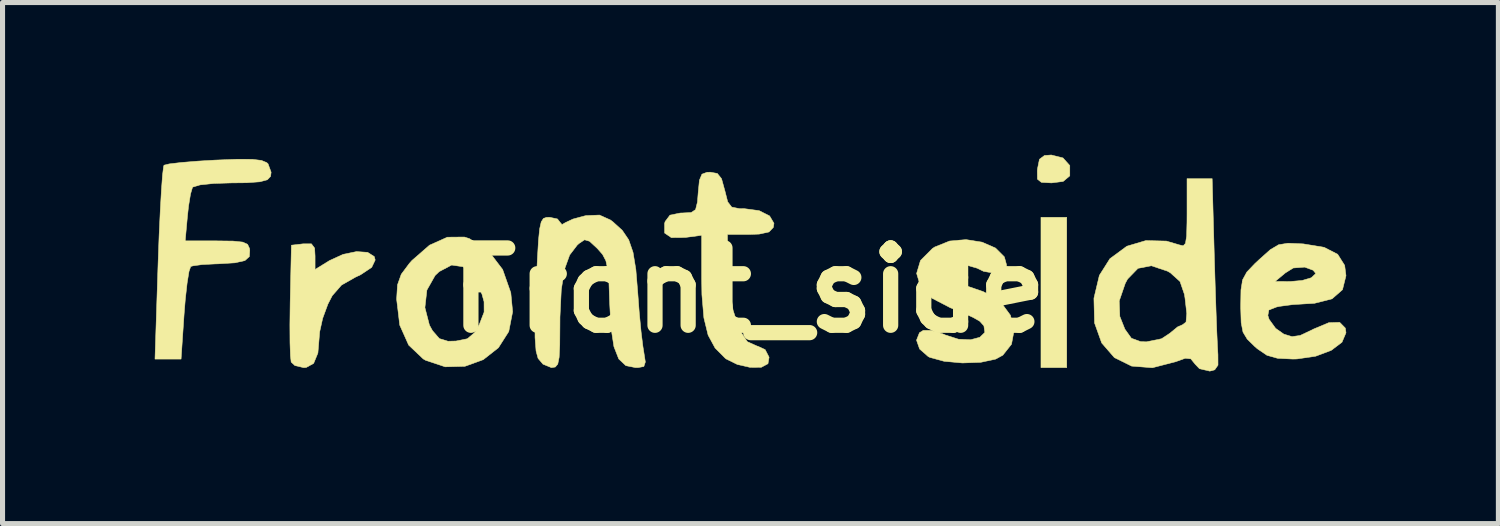
<source format=kicad_pcb>
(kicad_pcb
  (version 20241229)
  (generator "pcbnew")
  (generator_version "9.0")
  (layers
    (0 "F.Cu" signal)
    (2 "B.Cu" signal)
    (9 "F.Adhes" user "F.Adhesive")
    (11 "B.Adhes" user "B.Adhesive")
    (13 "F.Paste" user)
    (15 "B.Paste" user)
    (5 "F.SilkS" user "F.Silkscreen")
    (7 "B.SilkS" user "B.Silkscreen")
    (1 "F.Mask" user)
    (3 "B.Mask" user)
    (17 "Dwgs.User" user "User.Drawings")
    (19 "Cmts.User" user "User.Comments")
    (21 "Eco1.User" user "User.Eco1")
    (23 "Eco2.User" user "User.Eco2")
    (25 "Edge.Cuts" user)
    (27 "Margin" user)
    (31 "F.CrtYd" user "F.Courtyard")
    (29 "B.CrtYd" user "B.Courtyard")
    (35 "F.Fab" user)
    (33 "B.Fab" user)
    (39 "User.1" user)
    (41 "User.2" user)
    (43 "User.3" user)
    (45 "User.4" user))
  (footprint "Front_side"
    (layer "F.Cu")
    (at 11.711 2.672)
    (property "Reference" "Front_side" (at 0 0 0) (layer "F.SilkS") (effects (font (size 1.524 1.524) (thickness 0.3))))
    (attr through_hole)
    (fp_poly (pts (xy 6.265 1.524) (xy 5.757 1.524) (xy 5.757 -1.439) (xy 6.265 -1.439) (xy 6.265 1.524)) (stroke (width 0.01) (type solid)) (fill yes) (layer "F.SilkS"))
    (fp_poly (pts (xy 6.191 -2.609) (xy 6.325 -2.459) (xy 6.325 -2.26) (xy 6.324 -2.255) (xy 6.194 -2.146) (xy 5.966 -2.117) (xy 5.765 -2.128) (xy 5.687 -2.191) (xy 5.685 -2.354) (xy 5.688 -2.392) (xy 5.727 -2.583) (xy 5.826 -2.657) (xy 5.96 -2.667) (xy 6.191 -2.609)) (stroke (width 0.01) (type solid)) (fill yes) (layer "F.SilkS"))
    (fp_poly (pts (xy -8.623 -0.916) (xy -8.56 -0.832) (xy -8.551 -0.676) (xy -8.551 -0.41) (xy -8.266 -0.586) (xy -7.999 -0.708) (xy -7.734 -0.763) (xy -7.515 -0.748) (xy -7.384 -0.665) (xy -7.366 -0.597) (xy -7.435 -0.452) (xy -7.653 -0.307) (xy -7.75 -0.262) (xy -8.03 -0.103) (xy -8.213 0.107) (xy -8.298 0.272) (xy -8.401 0.552) (xy -8.46 0.817) (xy -8.466 0.889) (xy -8.495 1.236) (xy -8.579 1.44) (xy -8.726 1.521) (xy -8.776 1.524) (xy -8.949 1.483) (xy -9.022 1.414) (xy -9.036 1.291) (xy -9.045 1.035) (xy -9.047 0.681) (xy -9.042 0.266) (xy -9.041 0.207) (xy -9.017 -0.889) (xy -8.784 -0.916) (xy -8.623 -0.916)) (stroke (width 0.01) (type solid)) (fill yes) (layer "F.SilkS"))
    (fp_poly (pts (xy -5.508 -1.018) (xy -5.131 -0.774) (xy -4.854 -0.41) (xy -4.693 0.048) (xy -4.657 0.423) (xy -4.733 0.812) (xy -4.937 1.132) (xy -5.236 1.367) (xy -5.597 1.498) (xy -5.986 1.508) (xy -6.371 1.38) (xy -6.419 1.352) (xy -6.706 1.08) (xy -6.882 0.686) (xy -6.923 0.341) (xy -6.386 0.341) (xy -6.297 0.686) (xy -6.237 0.795) (xy -6.101 0.952) (xy -5.931 1.004) (xy -5.773 1) (xy -5.549 0.955) (xy -5.407 0.835) (xy -5.312 0.67) (xy -5.219 0.43) (xy -5.22 0.225) (xy -5.261 0.077) (xy -5.426 -0.271) (xy -5.629 -0.464) (xy -5.859 -0.498) (xy -6.104 -0.369) (xy -6.185 -0.292) (xy -6.347 -0.005) (xy -6.386 0.341) (xy -6.923 0.341) (xy -6.943 0.179) (xy -6.943 0.172) (xy -6.926 -0.108) (xy -6.852 -0.316) (xy -6.69 -0.533) (xy -6.641 -0.588) (xy -6.294 -0.89) (xy -5.943 -1.047) (xy -5.608 -1.05) (xy -5.508 -1.018)) (stroke (width 0.01) (type solid)) (fill yes) (layer "F.SilkS"))
    (fp_poly (pts (xy -9.793 -2.582) (xy -9.608 -2.56) (xy -9.504 -2.517) (xy -9.478 -2.493) (xy -9.417 -2.327) (xy -9.428 -2.245) (xy -9.491 -2.179) (xy -9.639 -2.139) (xy -9.902 -2.12) (xy -10.195 -2.117) (xy -10.551 -2.106) (xy -10.817 -2.078) (xy -10.958 -2.036) (xy -10.968 -2.026) (xy -11.006 -1.897) (xy -11.045 -1.658) (xy -11.067 -1.455) (xy -11.111 -0.974) (xy -10.487 -0.974) (xy -10.166 -0.97) (xy -9.976 -0.95) (xy -9.881 -0.906) (xy -9.843 -0.825) (xy -9.838 -0.79) (xy -9.846 -0.665) (xy -9.934 -0.586) (xy -10.129 -0.542) (xy -10.461 -0.522) (xy -10.525 -0.52) (xy -10.779 -0.507) (xy -10.959 -0.482) (xy -11.002 -0.469) (xy -11.036 -0.371) (xy -11.073 -0.142) (xy -11.109 0.182) (xy -11.132 0.464) (xy -11.192 1.355) (xy -11.706 1.355) (xy -11.645 -0.529) (xy -11.625 -1.077) (xy -11.602 -1.567) (xy -11.579 -1.975) (xy -11.557 -2.274) (xy -11.536 -2.441) (xy -11.528 -2.466) (xy -11.426 -2.491) (xy -11.191 -2.519) (xy -10.86 -2.546) (xy -10.525 -2.566) (xy -10.089 -2.583) (xy -9.793 -2.582)) (stroke (width 0.01) (type solid)) (fill yes) (layer "F.SilkS"))
    (fp_poly (pts (xy 4.596 -0.949) (xy 4.861 -0.833) (xy 5.035 -0.659) (xy 5.08 -0.495) (xy 5.012 -0.378) (xy 4.842 -0.336) (xy 4.626 -0.374) (xy 4.499 -0.436) (xy 4.317 -0.489) (xy 4.111 -0.471) (xy 3.949 -0.398) (xy 3.895 -0.303) (xy 3.973 -0.21) (xy 4.185 -0.116) (xy 4.325 -0.075) (xy 4.618 0.026) (xy 4.871 0.158) (xy 4.956 0.222) (xy 5.155 0.492) (xy 5.228 0.787) (xy 5.176 1.063) (xy 5.005 1.279) (xy 4.864 1.356) (xy 4.571 1.419) (xy 4.208 1.432) (xy 3.848 1.399) (xy 3.567 1.322) (xy 3.535 1.306) (xy 3.365 1.157) (xy 3.304 0.983) (xy 3.362 0.836) (xy 3.437 0.79) (xy 3.596 0.791) (xy 3.82 0.858) (xy 3.872 0.881) (xy 4.131 0.964) (xy 4.368 0.975) (xy 4.552 0.926) (xy 4.651 0.83) (xy 4.632 0.7) (xy 4.55 0.609) (xy 4.416 0.533) (xy 4.18 0.427) (xy 3.971 0.344) (xy 3.606 0.154) (xy 3.382 -0.079) (xy 3.306 -0.333) (xy 3.382 -0.587) (xy 3.617 -0.823) (xy 3.664 -0.854) (xy 3.956 -0.971) (xy 4.28 -0.999) (xy 4.596 -0.949)) (stroke (width 0.01) (type solid)) (fill yes) (layer "F.SilkS"))
    (fp_poly (pts (xy -0.622 -2.303) (xy -0.539 -2.199) (xy -0.476 -1.97) (xy -0.475 -1.968) (xy -0.418 -1.744) (xy -0.339 -1.64) (xy -0.189 -1.61) (xy -0.089 -1.609) (xy 0.202 -1.57) (xy 0.408 -1.466) (xy 0.494 -1.321) (xy 0.482 -1.24) (xy 0.396 -1.15) (xy 0.202 -1.108) (xy 0.003 -1.101) (xy -0.423 -1.101) (xy -0.421 -0.741) (xy -0.39 -0.117) (xy -0.312 0.392) (xy -0.191 0.773) (xy -0.031 1.013) (xy 0.165 1.101) (xy 0.173 1.101) (xy 0.32 1.169) (xy 0.398 1.319) (xy 0.376 1.447) (xy 0.245 1.517) (xy 0.024 1.519) (xy -0.227 1.462) (xy -0.446 1.354) (xy -0.465 1.34) (xy -0.666 1.138) (xy -0.804 0.883) (xy -0.887 0.543) (xy -0.926 0.086) (xy -0.931 -0.243) (xy -0.931 -1.085) (xy -1.259 -1.041) (xy -1.529 -1.039) (xy -1.661 -1.129) (xy -1.662 -1.316) (xy -1.651 -1.355) (xy -1.556 -1.481) (xy -1.353 -1.523) (xy -1.311 -1.524) (xy -1.138 -1.533) (xy -1.051 -1.59) (xy -1.014 -1.739) (xy -0.999 -1.926) (xy -0.975 -2.17) (xy -0.925 -2.289) (xy -0.825 -2.326) (xy -0.762 -2.328) (xy -0.622 -2.303)) (stroke (width 0.01) (type solid)) (fill yes) (layer "F.SilkS"))
    (fp_poly (pts (xy 9.175 -0.614) (xy 9.191 -0.091) (xy 9.207 0.393) (xy 9.222 0.804) (xy 9.236 1.11) (xy 9.245 1.27) (xy 9.246 1.475) (xy 9.182 1.567) (xy 9.085 1.593) (xy 8.881 1.545) (xy 8.795 1.455) (xy 8.711 1.351) (xy 8.602 1.339) (xy 8.413 1.407) (xy 7.953 1.526) (xy 7.544 1.494) (xy 7.204 1.326) (xy 6.954 1.038) (xy 6.813 0.644) (xy 6.802 0.21) (xy 7.299 0.21) (xy 7.311 0.515) (xy 7.411 0.766) (xy 7.539 0.945) (xy 7.718 1.011) (xy 7.834 1.016) (xy 8.133 0.955) (xy 8.297 0.847) (xy 8.449 0.722) (xy 8.551 0.677) (xy 8.616 0.626) (xy 8.631 0.458) (xy 8.596 0.152) (xy 8.584 0.078) (xy 8.498 -0.173) (xy 8.307 -0.345) (xy 8.252 -0.377) (xy 7.932 -0.484) (xy 7.669 -0.433) (xy 7.464 -0.222) (xy 7.418 -0.136) (xy 7.299 0.21) (xy 6.802 0.21) (xy 6.801 0.161) (xy 6.802 0.151) (xy 6.908 -0.294) (xy 7.116 -0.623) (xy 7.447 -0.867) (xy 7.457 -0.871) (xy 7.824 -0.98) (xy 8.23 -0.97) (xy 8.488 -0.894) (xy 8.561 -0.877) (xy 8.605 -0.925) (xy 8.628 -1.068) (xy 8.635 -1.337) (xy 8.636 -1.515) (xy 8.636 -2.201) (xy 9.131 -2.201) (xy 9.175 -0.614)) (stroke (width 0.01) (type solid)) (fill yes) (layer "F.SilkS"))
    (fp_poly (pts (xy 10.904 -0.916) (xy 10.926 -0.915) (xy 11.338 -0.847) (xy 11.605 -0.71) (xy 11.743 -0.491) (xy 11.769 -0.288) (xy 11.7 -0.012) (xy 11.494 0.168) (xy 11.148 0.256) (xy 11.009 0.264) (xy 10.717 0.282) (xy 10.46 0.316) (xy 10.403 0.328) (xy 10.249 0.388) (xy 10.229 0.496) (xy 10.253 0.572) (xy 10.382 0.75) (xy 10.544 0.864) (xy 10.705 0.913) (xy 10.867 0.89) (xy 11.096 0.782) (xy 11.128 0.765) (xy 11.431 0.638) (xy 11.645 0.632) (xy 11.756 0.745) (xy 11.769 0.837) (xy 11.69 1.023) (xy 11.479 1.183) (xy 11.171 1.299) (xy 10.802 1.353) (xy 10.723 1.355) (xy 10.42 1.34) (xy 10.211 1.281) (xy 10.023 1.153) (xy 9.971 1.108) (xy 9.822 0.962) (xy 9.739 0.824) (xy 9.703 0.637) (xy 9.694 0.344) (xy 9.694 0.297) (xy 9.699 -0.008) (xy 9.726 -0.175) (xy 10.372 -0.175) (xy 10.668 -0.173) (xy 10.906 -0.194) (xy 11.081 -0.246) (xy 11.089 -0.251) (xy 11.174 -0.331) (xy 11.121 -0.396) (xy 10.955 -0.457) (xy 10.729 -0.44) (xy 10.574 -0.343) (xy 10.372 -0.175) (xy 9.726 -0.175) (xy 9.731 -0.206) (xy 9.814 -0.359) (xy 9.974 -0.527) (xy 10.061 -0.608) (xy 10.276 -0.8) (xy 10.441 -0.898) (xy 10.626 -0.928) (xy 10.904 -0.916)) (stroke (width 0.01) (type solid)) (fill yes) (layer "F.SilkS"))
    (fp_poly (pts (xy -2.729 -1.386) (xy -2.68 -1.349) (xy -2.496 -1.182) (xy -2.369 -0.995) (xy -2.284 -0.749) (xy -2.228 -0.409) (xy -2.191 0.042) (xy -2.161 0.444) (xy -2.125 0.818) (xy -2.089 1.108) (xy -2.073 1.206) (xy -2.041 1.413) (xy -2.071 1.502) (xy -2.189 1.524) (xy -2.231 1.524) (xy -2.425 1.485) (xy -2.565 1.353) (xy -2.66 1.111) (xy -2.718 0.738) (xy -2.744 0.254) (xy -2.758 -0.141) (xy -2.781 -0.407) (xy -2.819 -0.583) (xy -2.884 -0.707) (xy -2.983 -0.82) (xy -2.99 -0.827) (xy -3.141 -0.967) (xy -3.239 -0.996) (xy -3.347 -0.924) (xy -3.383 -0.892) (xy -3.533 -0.696) (xy -3.636 -0.41) (xy -3.698 -0.01) (xy -3.724 0.527) (xy -3.725 0.699) (xy -3.728 1.078) (xy -3.74 1.32) (xy -3.767 1.454) (xy -3.816 1.512) (xy -3.892 1.524) (xy -4.058 1.456) (xy -4.155 1.342) (xy -4.195 1.196) (xy -4.215 0.932) (xy -4.216 0.535) (xy -4.198 -0.012) (xy -4.192 -0.14) (xy -4.168 -0.633) (xy -4.147 -0.983) (xy -4.124 -1.213) (xy -4.093 -1.349) (xy -4.05 -1.416) (xy -3.99 -1.437) (xy -3.928 -1.439) (xy -3.773 -1.406) (xy -3.725 -1.344) (xy -3.684 -1.295) (xy -3.619 -1.333) (xy -3.468 -1.404) (xy -3.239 -1.466) (xy -3.209 -1.472) (xy -2.945 -1.483) (xy -2.729 -1.386)) (stroke (width 0.01) (type solid)) (fill yes) (layer "F.SilkS")))
  (gr_rect
    (start -3 -3)
    (end 26.484 7.27)
    (stroke (width 0.1) (type default))
    (fill no)
    (layer "Edge.Cuts")))
</source>
